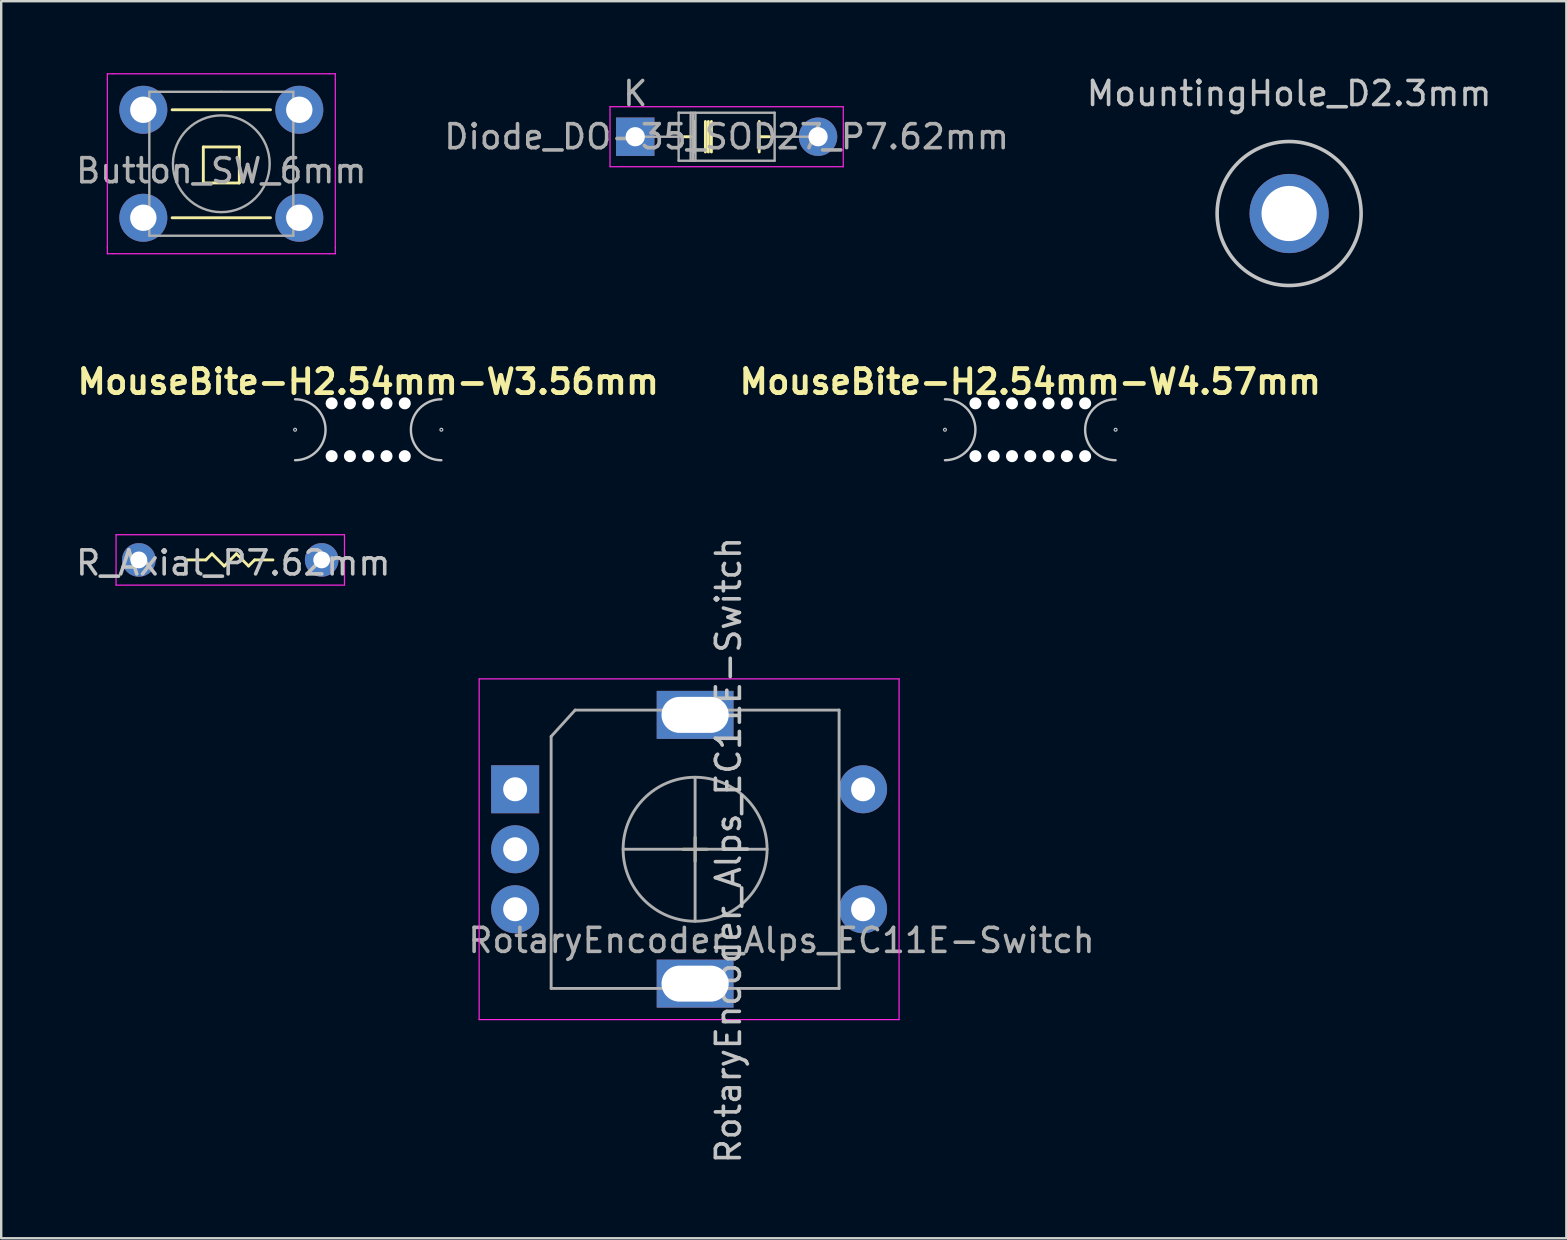
<source format=kicad_pcb>
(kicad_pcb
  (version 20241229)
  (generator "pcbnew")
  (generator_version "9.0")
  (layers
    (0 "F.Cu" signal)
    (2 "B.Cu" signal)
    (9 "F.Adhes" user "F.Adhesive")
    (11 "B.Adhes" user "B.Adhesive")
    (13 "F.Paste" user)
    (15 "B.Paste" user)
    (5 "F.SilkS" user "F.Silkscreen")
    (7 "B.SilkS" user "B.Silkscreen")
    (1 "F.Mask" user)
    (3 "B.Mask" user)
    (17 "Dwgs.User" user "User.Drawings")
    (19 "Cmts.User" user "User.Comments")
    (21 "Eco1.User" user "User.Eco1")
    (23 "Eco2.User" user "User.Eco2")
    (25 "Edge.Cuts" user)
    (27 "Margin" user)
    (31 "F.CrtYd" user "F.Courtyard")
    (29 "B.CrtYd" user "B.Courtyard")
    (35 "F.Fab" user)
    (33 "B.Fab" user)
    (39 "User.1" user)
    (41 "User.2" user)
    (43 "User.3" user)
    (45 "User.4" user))
  (footprint "MouseBite-H2.54mm-W3.56mm"
    (layer "F.Cu")
    (at 12.295 14.859)
    (property "Reference" "MouseBite-H2.54mm-W3.56mm" (at 0 -2 0) (layer "F.SilkS") (effects (font (size 1 1) (thickness 0.2))))
    (attr through_hole)
    (fp_arc (start -3.048 -1.27) (mid -1.778 0) (end -3.048 1.27) (stroke (width 0.1) (type solid)) (layer "Dwgs.User"))
    (fp_arc (start 3.048 1.27) (mid 1.778 0) (end 3.048 -1.27) (stroke (width 0.1) (type solid)) (layer "Dwgs.User"))
    (fp_circle (center -3.048 0) (end -2.988 0) (stroke (width 0.05) (type solid)) (fill no) (layer "Dwgs.User"))
    (fp_circle (center 3.048 0) (end 3.048 -0.06) (stroke (width 0.05) (type solid)) (fill no) (layer "Dwgs.User"))
    (pad "" np_thru_hole circle (at -1.524 -1.1) (size 0.5 0.5) (drill 0.5) (layers "*.Cu" "*.Mask"))
    (pad "" np_thru_hole circle (at -1.524 1.1) (size 0.5 0.5) (drill 0.5) (layers "*.Cu" "*.Mask"))
    (pad "" np_thru_hole circle (at -0.762 -1.1) (size 0.5 0.5) (drill 0.5) (layers "*.Cu" "*.Mask"))
    (pad "" np_thru_hole circle (at -0.762 1.1) (size 0.5 0.5) (drill 0.5) (layers "*.Cu" "*.Mask"))
    (pad "" np_thru_hole circle (at 0 -1.1) (size 0.5 0.5) (drill 0.5) (layers "*.Cu" "*.Mask"))
    (pad "" np_thru_hole circle (at 0 1.1) (size 0.5 0.5) (drill 0.5) (layers "*.Cu" "*.Mask"))
    (pad "" np_thru_hole circle (at 0.762 -1.1) (size 0.5 0.5) (drill 0.5) (layers "*.Cu" "*.Mask"))
    (pad "" np_thru_hole circle (at 0.762 1.1) (size 0.5 0.5) (drill 0.5) (layers "*.Cu" "*.Mask"))
    (pad "" np_thru_hole circle (at 1.524 -1.1) (size 0.5 0.5) (drill 0.5) (layers "*.Cu" "*.Mask"))
    (pad "" np_thru_hole circle (at 1.524 1.1) (size 0.5 0.5) (drill 0.5) (layers "*.Cu" "*.Mask")))
  (footprint "Button_SW_6mm"
    (layer "F.Cu")
    (at 2.923 1.525)
    (property "Reference" "Button_SW_6mm" (at 3.25 2.54 0) (layer "F.Fab") (effects (font (size 1 1) (thickness 0.15))))
    (attr through_hole)
    (fp_line (start 1.2 4.5) (end 5.3 4.5) (stroke (width 0.12) (type solid)) (layer "F.SilkS"))
    (fp_line (start 2.5 1.55) (end 2.5 3.05) (stroke (width 0.12) (type solid)) (layer "F.SilkS"))
    (fp_line (start 2.5 1.55) (end 4 1.55) (stroke (width 0.12) (type solid)) (layer "F.SilkS"))
    (fp_line (start 2.5 3.05) (end 4 3.05) (stroke (width 0.12) (type solid)) (layer "F.SilkS"))
    (fp_line (start 4 1.55) (end 4 3.05) (stroke (width 0.12) (type solid)) (layer "F.SilkS"))
    (fp_line (start 5.3 0) (end 1.2 0) (stroke (width 0.12) (type solid)) (layer "F.SilkS"))
    (fp_line (start -1.5 -1.5) (end -1.25 -1.5) (stroke (width 0.05) (type solid)) (layer "F.CrtYd"))
    (fp_line (start -1.5 -1.25) (end -1.5 -1.5) (stroke (width 0.05) (type solid)) (layer "F.CrtYd"))
    (fp_line (start -1.5 5.75) (end -1.5 -1.25) (stroke (width 0.05) (type solid)) (layer "F.CrtYd"))
    (fp_line (start -1.5 5.75) (end -1.5 6) (stroke (width 0.05) (type solid)) (layer "F.CrtYd"))
    (fp_line (start -1.5 6) (end -1.25 6) (stroke (width 0.05) (type solid)) (layer "F.CrtYd"))
    (fp_line (start -1.25 -1.5) (end 7.75 -1.5) (stroke (width 0.05) (type solid)) (layer "F.CrtYd"))
    (fp_line (start 7.75 -1.5) (end 8 -1.5) (stroke (width 0.05) (type solid)) (layer "F.CrtYd"))
    (fp_line (start 7.75 6) (end -1.25 6) (stroke (width 0.05) (type solid)) (layer "F.CrtYd"))
    (fp_line (start 7.75 6) (end 8 6) (stroke (width 0.05) (type solid)) (layer "F.CrtYd"))
    (fp_line (start 8 -1.5) (end 8 -1.25) (stroke (width 0.05) (type solid)) (layer "F.CrtYd"))
    (fp_line (start 8 -1.25) (end 8 5.75) (stroke (width 0.05) (type solid)) (layer "F.CrtYd"))
    (fp_line (start 8 6) (end 8 5.75) (stroke (width 0.05) (type solid)) (layer "F.CrtYd"))
    (fp_line (start 0.25 -0.75) (end 3.25 -0.75) (stroke (width 0.1) (type solid)) (layer "F.Fab"))
    (fp_line (start 0.25 5.25) (end 0.25 -0.75) (stroke (width 0.1) (type solid)) (layer "F.Fab"))
    (fp_line (start 3.25 -0.75) (end 6.25 -0.75) (stroke (width 0.1) (type solid)) (layer "F.Fab"))
    (fp_line (start 6.25 -0.75) (end 6.25 5.25) (stroke (width 0.1) (type solid)) (layer "F.Fab"))
    (fp_line (start 6.25 5.25) (end 0.25 5.25) (stroke (width 0.1) (type solid)) (layer "F.Fab"))
    (fp_circle (center 3.25 2.25) (end 1.25 2.5) (stroke (width 0.1) (type solid)) (fill no) (layer "F.Fab"))
    (pad "1" thru_hole circle (at 0 0 90) (size 2 2) (drill 1.1) (layers "*.Cu" "*.Mask"))
    (pad "2" thru_hole circle (at 6.5 0 90) (size 2 2) (drill 1.1) (layers "*.Cu" "*.Mask"))
    (pad "3" thru_hole circle (at 0 4.5 90) (size 2 2) (drill 1.1) (layers "*.Cu" "*.Mask"))
    (pad "4" thru_hole circle (at 6.5 4.5 90) (size 2 2) (drill 1.1) (layers "*.Cu" "*.Mask")))
  (footprint "Diode_DO-35_SOD27_P7.62mm"
    (layer "F.Cu")
    (at 23.422 2.648)
    (property "Reference" "Diode_DO-35_SOD27_P7.62mm" (at 3.81 0 0) (layer "F.Fab") (effects (font (size 1 1) (thickness 0.15))))
    (attr through_hole)
    (fp_line (start 2.032 0) (end 2.452 0) (stroke (width 0.12) (type solid)) (layer "F.SilkS"))
    (fp_line (start 2.452 -0.635) (end 2.452 0.635) (stroke (width 0.12) (type solid)) (layer "F.SilkS"))
    (fp_line (start 2.925 -0.635) (end 2.925 0.635) (stroke (width 0.12) (type solid)) (layer "F.SilkS"))
    (fp_line (start 3.048 -0.635) (end 3.048 0.635) (stroke (width 0.12) (type solid)) (layer "F.SilkS"))
    (fp_line (start 3.175 -0.635) (end 3.175 0.635) (stroke (width 0.12) (type solid)) (layer "F.SilkS"))
    (fp_line (start 5.168 0.635) (end 5.168 -0.635) (stroke (width 0.12) (type solid)) (layer "F.SilkS"))
    (fp_line (start 5.588 0) (end 5.168 0) (stroke (width 0.12) (type solid)) (layer "F.SilkS"))
    (fp_line (start -1.05 -1.25) (end -1.05 1.25) (stroke (width 0.05) (type solid)) (layer "F.CrtYd"))
    (fp_line (start -1.05 1.25) (end 8.67 1.25) (stroke (width 0.05) (type solid)) (layer "F.CrtYd"))
    (fp_line (start 8.67 -1.25) (end -1.05 -1.25) (stroke (width 0.05) (type solid)) (layer "F.CrtYd"))
    (fp_line (start 8.67 1.25) (end 8.67 -1.25) (stroke (width 0.05) (type solid)) (layer "F.CrtYd"))
    (fp_line (start 0 0) (end 1.81 0) (stroke (width 0.1) (type solid)) (layer "F.Fab"))
    (fp_line (start 1.81 -1) (end 1.81 1) (stroke (width 0.1) (type solid)) (layer "F.Fab"))
    (fp_line (start 1.81 1) (end 5.81 1) (stroke (width 0.1) (type solid)) (layer "F.Fab"))
    (fp_line (start 2.31 -1) (end 2.31 1) (stroke (width 0.1) (type solid)) (layer "F.Fab"))
    (fp_line (start 2.41 -1) (end 2.41 1) (stroke (width 0.1) (type solid)) (layer "F.Fab"))
    (fp_line (start 2.51 -1) (end 2.51 1) (stroke (width 0.1) (type solid)) (layer "F.Fab"))
    (fp_line (start 5.81 -1) (end 1.81 -1) (stroke (width 0.1) (type solid)) (layer "F.Fab"))
    (fp_line (start 5.81 1) (end 5.81 -1) (stroke (width 0.1) (type solid)) (layer "F.Fab"))
    (fp_line (start 7.62 0) (end 5.81 0) (stroke (width 0.1) (type solid)) (layer "F.Fab"))
    (fp_text user "K" (at 0 -1.8 0) (layer "F.Fab") (effects (font (size 1 1) (thickness 0.15))))
    (pad "1" thru_hole rect (at 0 0) (size 1.6 1.6) (drill 0.8) (layers "*.Cu" "*.Mask"))
    (pad "2" thru_hole oval (at 7.62 0) (size 1.6 1.6) (drill 0.8) (layers "*.Cu" "*.Mask")))
  (footprint "R_Axial_P7.62mm"
    (layer "F.Cu")
    (at 2.736 20.284)
    (property "Reference" "R_Axial_P7.62mm" (at 3.937 0.127 0) (layer "Dwgs.User") (effects (font (size 1 1) (thickness 0.15))))
    (attr through_hole)
    (fp_line (start 2.032 0) (end 2.794 0) (stroke (width 0.12) (type solid)) (layer "F.SilkS"))
    (fp_line (start 3.048 -0.254) (end 2.794 0) (stroke (width 0.12) (type solid)) (layer "F.SilkS"))
    (fp_line (start 3.048 -0.254) (end 3.556 0.254) (stroke (width 0.12) (type solid)) (layer "F.SilkS"))
    (fp_line (start 3.556 0.254) (end 4.064 -0.254) (stroke (width 0.12) (type solid)) (layer "F.SilkS"))
    (fp_line (start 4.064 -0.254) (end 4.572 0.254) (stroke (width 0.12) (type solid)) (layer "F.SilkS"))
    (fp_line (start 4.572 0.254) (end 4.826 0) (stroke (width 0.12) (type solid)) (layer "F.SilkS"))
    (fp_line (start 5.588 0) (end 4.826 0) (stroke (width 0.12) (type solid)) (layer "F.SilkS"))
    (fp_line (start -0.95 -1.05) (end -0.95 1.05) (stroke (width 0.05) (type solid)) (layer "F.CrtYd"))
    (fp_line (start -0.95 1.05) (end 8.57 1.05) (stroke (width 0.05) (type solid)) (layer "F.CrtYd"))
    (fp_line (start 8.57 -1.05) (end -0.95 -1.05) (stroke (width 0.05) (type solid)) (layer "F.CrtYd"))
    (fp_line (start 8.57 1.05) (end 8.57 -1.05) (stroke (width 0.05) (type solid)) (layer "F.CrtYd"))
    (pad "1" thru_hole circle (at 0 0) (size 1.4 1.4) (drill 0.7) (layers "*.Cu" "*.Mask"))
    (pad "2" thru_hole oval (at 7.62 0) (size 1.4 1.4) (drill 0.7) (layers "*.Cu" "*.Mask")))
  (footprint "MountingHole_D2.3mm"
    (layer "F.Cu")
    (at 50.673 5.848)
    (property "Reference" "MountingHole_D2.3mm" (at 0 -5 0) (layer "Dwgs.User") (effects (font (size 1 1) (thickness 0.15))))
    (attr exclude_from_pos_files exclude_from_bom)
    (fp_circle (center 0 0) (end 3 0) (stroke (width 0.15) (type solid)) (fill no) (layer "Dwgs.User"))
    (pad "1" thru_hole circle (at 0 0) (size 3.3 3.3) (drill 2.3) (layers "*.Cu" "*.Mask")))
  (footprint "RotaryEncoder_Alps_EC11E-Switch"
    (layer "F.Cu")
    (at 18.418 29.842)
    (property "Reference" "RotaryEncoder_Alps_EC11E-Switch" (at 8.89 2.54 270) (layer "Dwgs.User") (effects (font (size 1 1) (thickness 0.15))))
    (attr through_hole)
    (fp_line (start 7 2.5) (end 8 2.5) (stroke (width 0.12) (type solid)) (layer "F.SilkS"))
    (fp_line (start 7.5 2) (end 7.5 3) (stroke (width 0.12) (type solid)) (layer "F.SilkS"))
    (fp_line (start -1.5 -4.6) (end -1.5 9.6) (stroke (width 0.05) (type solid)) (layer "F.CrtYd"))
    (fp_line (start -1.5 -4.6) (end 16 -4.6) (stroke (width 0.05) (type solid)) (layer "F.CrtYd"))
    (fp_line (start 16 9.6) (end -1.5 9.6) (stroke (width 0.05) (type solid)) (layer "F.CrtYd"))
    (fp_line (start 16 9.6) (end 16 -4.6) (stroke (width 0.05) (type solid)) (layer "F.CrtYd"))
    (fp_line (start 1.5 -2.2) (end 2.5 -3.3) (stroke (width 0.12) (type solid)) (layer "F.Fab"))
    (fp_line (start 1.5 8.3) (end 1.5 -2.2) (stroke (width 0.12) (type solid)) (layer "F.Fab"))
    (fp_line (start 2.5 -3.3) (end 13.5 -3.3) (stroke (width 0.12) (type solid)) (layer "F.Fab"))
    (fp_line (start 4.5 2.5) (end 10.5 2.5) (stroke (width 0.12) (type solid)) (layer "F.Fab"))
    (fp_line (start 7.5 -0.5) (end 7.5 5.5) (stroke (width 0.12) (type solid)) (layer "F.Fab"))
    (fp_line (start 13.5 -3.3) (end 13.5 8.3) (stroke (width 0.12) (type solid)) (layer "F.Fab"))
    (fp_line (start 13.5 8.3) (end 1.5 8.3) (stroke (width 0.12) (type solid)) (layer "F.Fab"))
    (fp_circle (center 7.5 2.5) (end 10.5 2.5) (stroke (width 0.12) (type solid)) (fill no) (layer "F.Fab"))
    (fp_text user "${REFERENCE}" (at 11.1 6.3 0) (layer "F.Fab") (effects (font (size 1 1) (thickness 0.15))))
    (pad "A" thru_hole rect (at 0 0) (size 2 2) (drill 1) (layers "*.Cu" "*.Mask"))
    (pad "B" thru_hole circle (at 0 5) (size 2 2) (drill 1) (layers "*.Cu" "*.Mask"))
    (pad "C" thru_hole circle (at 0 2.5) (size 2 2) (drill 1) (layers "*.Cu" "*.Mask"))
    (pad "MP" thru_hole rect (at 7.5 -3.1) (size 3.2 2) (drill oval 2.8 1.5) (layers "*.Cu" "*.Mask"))
    (pad "MP" thru_hole rect (at 7.5 8.1) (size 3.2 2) (drill oval 2.8 1.5) (layers "*.Cu" "*.Mask"))
    (pad "S1" thru_hole circle (at 14.5 0) (size 2 2) (drill 1) (layers "*.Cu" "*.Mask"))
    (pad "S2" thru_hole circle (at 14.5 5) (size 2 2) (drill 1) (layers "*.Cu" "*.Mask")))
  (footprint "MouseBite-H2.54mm-W4.57mm"
    (layer "F.Cu")
    (at 39.886 14.859)
    (property "Reference" "MouseBite-H2.54mm-W4.57mm" (at 0 -2 0) (layer "F.SilkS") (effects (font (size 1 1) (thickness 0.2))))
    (attr through_hole)
    (fp_arc (start -3.556 -1.27) (mid -2.286 0) (end -3.556 1.27) (stroke (width 0.1) (type solid)) (layer "Dwgs.User"))
    (fp_arc (start 3.556 1.27) (mid 2.286 0) (end 3.556 -1.27) (stroke (width 0.1) (type solid)) (layer "Dwgs.User"))
    (fp_circle (center -3.556 0) (end -3.496 0) (stroke (width 0.05) (type solid)) (fill no) (layer "Dwgs.User"))
    (fp_circle (center 3.556 0) (end 3.556 -0.06) (stroke (width 0.05) (type solid)) (fill no) (layer "Dwgs.User"))
    (pad "" np_thru_hole circle (at -2.286 -1.1) (size 0.5 0.5) (drill 0.5) (layers "*.Cu" "*.Mask"))
    (pad "" np_thru_hole circle (at -2.286 1.1) (size 0.5 0.5) (drill 0.5) (layers "*.Cu" "*.Mask"))
    (pad "" np_thru_hole circle (at -1.524 -1.1) (size 0.5 0.5) (drill 0.5) (layers "*.Cu" "*.Mask"))
    (pad "" np_thru_hole circle (at -1.524 1.1) (size 0.5 0.5) (drill 0.5) (layers "*.Cu" "*.Mask"))
    (pad "" np_thru_hole circle (at -0.762 -1.1) (size 0.5 0.5) (drill 0.5) (layers "*.Cu" "*.Mask"))
    (pad "" np_thru_hole circle (at -0.762 1.1) (size 0.5 0.5) (drill 0.5) (layers "*.Cu" "*.Mask"))
    (pad "" np_thru_hole circle (at 0 -1.1) (size 0.5 0.5) (drill 0.5) (layers "*.Cu" "*.Mask"))
    (pad "" np_thru_hole circle (at 0 1.1) (size 0.5 0.5) (drill 0.5) (layers "*.Cu" "*.Mask"))
    (pad "" np_thru_hole circle (at 0.762 -1.1) (size 0.5 0.5) (drill 0.5) (layers "*.Cu" "*.Mask"))
    (pad "" np_thru_hole circle (at 0.762 1.1) (size 0.5 0.5) (drill 0.5) (layers "*.Cu" "*.Mask"))
    (pad "" np_thru_hole circle (at 1.524 -1.1) (size 0.5 0.5) (drill 0.5) (layers "*.Cu" "*.Mask"))
    (pad "" np_thru_hole circle (at 1.524 1.1) (size 0.5 0.5) (drill 0.5) (layers "*.Cu" "*.Mask"))
    (pad "" np_thru_hole circle (at 2.286 -1.1) (size 0.5 0.5) (drill 0.5) (layers "*.Cu" "*.Mask"))
    (pad "" np_thru_hole circle (at 2.286 1.1) (size 0.5 0.5) (drill 0.5) (layers "*.Cu" "*.Mask")))
  (gr_rect
    (start -3 -3)
    (end 62.226 48.554)
    (stroke (width 0.1) (type default))
    (fill no)
    (layer "Edge.Cuts")))
</source>
